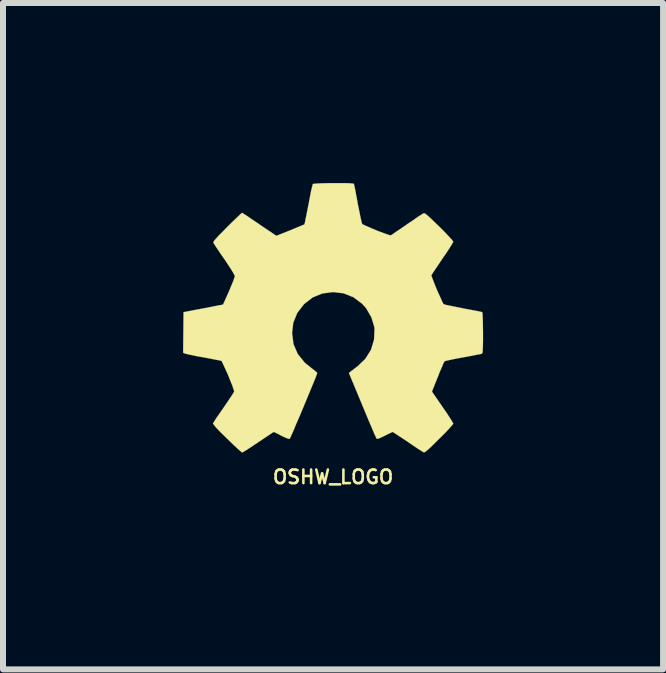
<source format=kicad_pcb>
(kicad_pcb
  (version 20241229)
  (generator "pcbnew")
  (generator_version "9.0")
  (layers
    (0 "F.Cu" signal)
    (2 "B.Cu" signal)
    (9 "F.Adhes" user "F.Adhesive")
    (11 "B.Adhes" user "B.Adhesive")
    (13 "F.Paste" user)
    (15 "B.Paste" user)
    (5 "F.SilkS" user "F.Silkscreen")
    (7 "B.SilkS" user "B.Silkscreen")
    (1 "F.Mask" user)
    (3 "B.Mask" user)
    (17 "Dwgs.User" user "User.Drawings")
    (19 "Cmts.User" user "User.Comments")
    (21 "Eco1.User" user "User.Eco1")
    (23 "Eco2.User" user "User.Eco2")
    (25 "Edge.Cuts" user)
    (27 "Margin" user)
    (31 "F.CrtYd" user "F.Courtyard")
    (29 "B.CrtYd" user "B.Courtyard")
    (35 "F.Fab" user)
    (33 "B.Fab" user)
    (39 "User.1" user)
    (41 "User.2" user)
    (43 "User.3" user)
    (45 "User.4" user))
  (footprint "OSHW_LOGO"
    (layer "F.Cu")
    (at 2.501 2.247)
    (property "Reference" "OSHW_LOGO" (at 0 2.652 0) (layer "F.SilkS") (effects (font (size 0.226 0.226) (thickness 0.043))))
    (attr through_hole)
    (fp_poly (pts (xy -1.514 2.245) (xy -1.488 2.23) (xy -1.43 2.195) (xy -1.346 2.139) (xy -1.247 2.073) (xy -1.148 2.007) (xy -1.067 1.953) (xy -1.011 1.915) (xy -0.986 1.902) (xy -0.973 1.908) (xy -0.927 1.93) (xy -0.859 1.966) (xy -0.818 1.986) (xy -0.757 2.012) (xy -0.724 2.019) (xy -0.719 2.009) (xy -0.696 1.961) (xy -0.66 1.88) (xy -0.615 1.77) (xy -0.559 1.643) (xy -0.503 1.509) (xy -0.445 1.369) (xy -0.389 1.234) (xy -0.34 1.115) (xy -0.3 1.019) (xy -0.274 0.95) (xy -0.264 0.922) (xy -0.267 0.914) (xy -0.3 0.884) (xy -0.353 0.843) (xy -0.472 0.747) (xy -0.589 0.602) (xy -0.66 0.437) (xy -0.683 0.251) (xy -0.663 0.081) (xy -0.597 -0.081) (xy -0.483 -0.229) (xy -0.343 -0.338) (xy -0.18 -0.406) (xy 0 -0.429) (xy 0.173 -0.409) (xy 0.34 -0.343) (xy 0.488 -0.231) (xy 0.551 -0.16) (xy 0.638 -0.01) (xy 0.686 0.147) (xy 0.691 0.188) (xy 0.683 0.363) (xy 0.632 0.533) (xy 0.538 0.683) (xy 0.409 0.808) (xy 0.394 0.818) (xy 0.335 0.864) (xy 0.295 0.894) (xy 0.264 0.919) (xy 0.488 1.458) (xy 0.523 1.542) (xy 0.584 1.689) (xy 0.638 1.816) (xy 0.681 1.918) (xy 0.711 1.984) (xy 0.724 2.012) (xy 0.724 2.014) (xy 0.744 2.017) (xy 0.785 2.002) (xy 0.861 1.966) (xy 0.909 1.941) (xy 0.968 1.913) (xy 0.993 1.902) (xy 1.016 1.915) (xy 1.069 1.951) (xy 1.151 2.004) (xy 1.247 2.068) (xy 1.339 2.131) (xy 1.422 2.187) (xy 1.483 2.225) (xy 1.514 2.243) (xy 1.519 2.243) (xy 1.544 2.228) (xy 1.593 2.187) (xy 1.666 2.118) (xy 1.77 2.014) (xy 1.786 1.999) (xy 1.872 1.913) (xy 1.941 1.839) (xy 1.986 1.788) (xy 2.004 1.765) (xy 1.989 1.735) (xy 1.951 1.674) (xy 1.895 1.587) (xy 1.826 1.488) (xy 1.648 1.229) (xy 1.745 0.986) (xy 1.775 0.909) (xy 1.814 0.82) (xy 1.841 0.754) (xy 1.857 0.726) (xy 1.882 0.716) (xy 1.951 0.701) (xy 2.047 0.681) (xy 2.162 0.66) (xy 2.273 0.64) (xy 2.372 0.62) (xy 2.443 0.607) (xy 2.477 0.599) (xy 2.484 0.594) (xy 2.492 0.579) (xy 2.494 0.546) (xy 2.497 0.485) (xy 2.499 0.391) (xy 2.499 0.251) (xy 2.499 0.236) (xy 2.497 0.107) (xy 2.494 0) (xy 2.492 -0.066) (xy 2.487 -0.094) (xy 2.456 -0.102) (xy 2.385 -0.117) (xy 2.286 -0.135) (xy 2.167 -0.157) (xy 2.159 -0.16) (xy 2.042 -0.183) (xy 1.943 -0.203) (xy 1.872 -0.218) (xy 1.844 -0.229) (xy 1.836 -0.236) (xy 1.814 -0.282) (xy 1.781 -0.356) (xy 1.74 -0.445) (xy 1.702 -0.538) (xy 1.669 -0.622) (xy 1.646 -0.683) (xy 1.638 -0.711) (xy 1.641 -0.714) (xy 1.659 -0.742) (xy 1.699 -0.803) (xy 1.755 -0.886) (xy 1.824 -0.988) (xy 1.829 -0.996) (xy 1.897 -1.095) (xy 1.953 -1.181) (xy 1.989 -1.24) (xy 2.004 -1.267) (xy 2.004 -1.27) (xy 1.981 -1.3) (xy 1.93 -1.356) (xy 1.857 -1.433) (xy 1.77 -1.521) (xy 1.742 -1.547) (xy 1.643 -1.643) (xy 1.577 -1.704) (xy 1.534 -1.737) (xy 1.514 -1.745) (xy 1.483 -1.727) (xy 1.42 -1.687) (xy 1.336 -1.628) (xy 1.234 -1.56) (xy 1.227 -1.554) (xy 1.128 -1.486) (xy 1.044 -1.43) (xy 0.986 -1.389) (xy 0.958 -1.374) (xy 0.955 -1.374) (xy 0.914 -1.387) (xy 0.843 -1.412) (xy 0.754 -1.445) (xy 0.663 -1.483) (xy 0.579 -1.519) (xy 0.516 -1.547) (xy 0.485 -1.565) (xy 0.475 -1.6) (xy 0.457 -1.676) (xy 0.437 -1.778) (xy 0.411 -1.9) (xy 0.409 -1.92) (xy 0.386 -2.04) (xy 0.368 -2.139) (xy 0.353 -2.207) (xy 0.345 -2.235) (xy 0.33 -2.238) (xy 0.272 -2.243) (xy 0.183 -2.245) (xy 0.074 -2.245) (xy -0.038 -2.245) (xy -0.147 -2.243) (xy -0.241 -2.24) (xy -0.31 -2.235) (xy -0.338 -2.23) (xy -0.338 -2.228) (xy -0.348 -2.189) (xy -0.366 -2.116) (xy -0.386 -2.012) (xy -0.409 -1.89) (xy -0.414 -1.867) (xy -0.437 -1.75) (xy -0.457 -1.651) (xy -0.47 -1.585) (xy -0.478 -1.557) (xy -0.49 -1.552) (xy -0.538 -1.532) (xy -0.617 -1.499) (xy -0.716 -1.458) (xy -0.945 -1.367) (xy -1.227 -1.557) (xy -1.252 -1.575) (xy -1.354 -1.643) (xy -1.435 -1.699) (xy -1.494 -1.737) (xy -1.516 -1.75) (xy -1.519 -1.75) (xy -1.547 -1.725) (xy -1.603 -1.671) (xy -1.679 -1.598) (xy -1.768 -1.511) (xy -1.831 -1.445) (xy -1.91 -1.367) (xy -1.958 -1.313) (xy -1.986 -1.28) (xy -1.994 -1.26) (xy -1.991 -1.245) (xy -1.974 -1.217) (xy -1.933 -1.156) (xy -1.875 -1.069) (xy -1.806 -0.97) (xy -1.75 -0.886) (xy -1.689 -0.792) (xy -1.651 -0.726) (xy -1.636 -0.693) (xy -1.641 -0.681) (xy -1.659 -0.625) (xy -1.694 -0.541) (xy -1.735 -0.442) (xy -1.834 -0.221) (xy -1.979 -0.193) (xy -2.068 -0.175) (xy -2.189 -0.152) (xy -2.309 -0.13) (xy -2.492 -0.094) (xy -2.499 0.582) (xy -2.471 0.594) (xy -2.443 0.602) (xy -2.375 0.617) (xy -2.278 0.638) (xy -2.162 0.658) (xy -2.065 0.676) (xy -1.966 0.696) (xy -1.895 0.709) (xy -1.864 0.716) (xy -1.854 0.726) (xy -1.831 0.775) (xy -1.796 0.851) (xy -1.755 0.942) (xy -1.717 1.036) (xy -1.681 1.125) (xy -1.659 1.191) (xy -1.648 1.224) (xy -1.661 1.252) (xy -1.699 1.311) (xy -1.753 1.392) (xy -1.821 1.491) (xy -1.887 1.587) (xy -1.946 1.671) (xy -1.984 1.732) (xy -2.002 1.76) (xy -1.991 1.778) (xy -1.953 1.826) (xy -1.88 1.902) (xy -1.768 2.012) (xy -1.75 2.029) (xy -1.664 2.113) (xy -1.59 2.182) (xy -1.537 2.228) (xy -1.514 2.245)) (stroke (width 0.003) (type solid)) (fill yes) (layer "F.SilkS")))
  (gr_rect
    (start -3 -3)
    (end 8.001 8.106)
    (stroke (width 0.1) (type default))
    (fill no)
    (layer "Edge.Cuts")))
</source>
